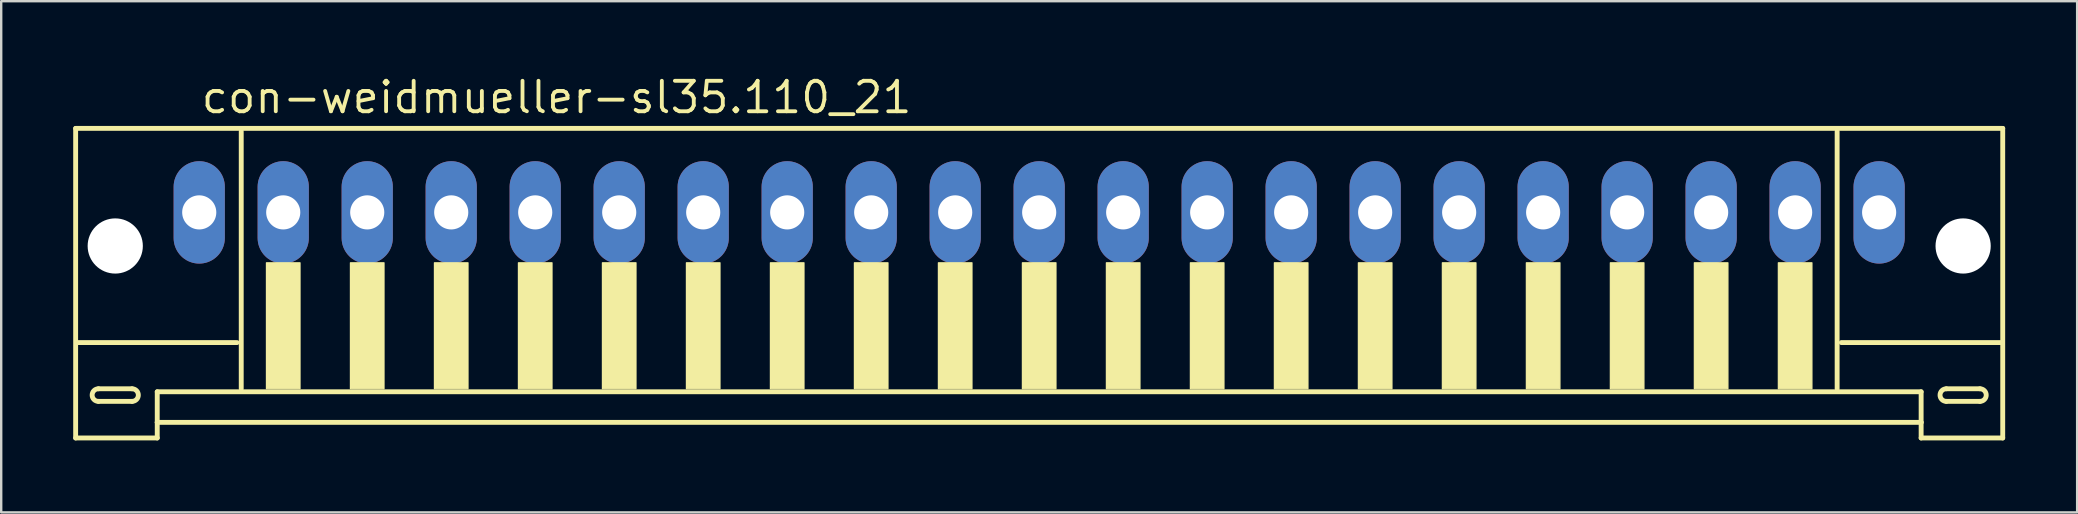
<source format=kicad_pcb>
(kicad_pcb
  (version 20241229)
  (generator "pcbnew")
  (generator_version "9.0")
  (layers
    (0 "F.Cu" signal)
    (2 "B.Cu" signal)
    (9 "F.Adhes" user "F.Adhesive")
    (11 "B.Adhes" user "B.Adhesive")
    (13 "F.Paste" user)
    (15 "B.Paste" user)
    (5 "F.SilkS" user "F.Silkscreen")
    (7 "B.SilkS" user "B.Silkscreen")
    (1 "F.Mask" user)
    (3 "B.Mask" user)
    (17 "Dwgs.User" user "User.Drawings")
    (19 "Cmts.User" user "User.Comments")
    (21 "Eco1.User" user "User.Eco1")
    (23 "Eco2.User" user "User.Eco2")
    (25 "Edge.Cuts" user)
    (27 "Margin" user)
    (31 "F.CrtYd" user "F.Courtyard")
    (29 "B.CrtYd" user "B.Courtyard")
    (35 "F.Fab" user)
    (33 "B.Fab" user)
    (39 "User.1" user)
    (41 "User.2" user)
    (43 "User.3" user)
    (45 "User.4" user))
  (footprint "con-weidmueller-sl35.110_21"
    (layer "F.Cu")
    (at 40.252 7.55)
    (property "Reference" "con-weidmueller-sl35.110_21" (at -35 -5.8 0) (layer "F.SilkS") (effects (font (size 1.27 1.27) (thickness 0.16)) (justify left bottom)))
    (attr through_hole)
    (fp_line (start -40.15 -5.25) (end -40.15 7.65) (stroke (width 0.203) (type default)) (layer "F.SilkS"))
    (fp_line (start -40.15 7.65) (end -36.75 7.65) (stroke (width 0.203) (type default)) (layer "F.SilkS"))
    (fp_line (start -39.2 5.6) (end -37.8 5.6) (stroke (width 0.203) (type default)) (layer "F.SilkS"))
    (fp_line (start -37.8 6.125) (end -39.2 6.125) (stroke (width 0.203) (type default)) (layer "F.SilkS"))
    (fp_line (start -36.75 5.725) (end 36.75 5.725) (stroke (width 0.203) (type default)) (layer "F.SilkS"))
    (fp_line (start -36.75 7) (end -36.75 5.725) (stroke (width 0.203) (type default)) (layer "F.SilkS"))
    (fp_line (start -36.75 7) (end 36.75 7) (stroke (width 0.203) (type default)) (layer "F.SilkS"))
    (fp_line (start -36.75 7.65) (end -36.75 7) (stroke (width 0.203) (type default)) (layer "F.SilkS"))
    (fp_line (start -33.425 3.675) (end -40.075 3.675) (stroke (width 0.203) (type default)) (layer "F.SilkS"))
    (fp_line (start -33.25 -5.125) (end -33.25 5.6) (stroke (width 0.203) (type default)) (layer "F.SilkS"))
    (fp_line (start 33.25 5.6) (end 33.25 -5.125) (stroke (width 0.203) (type default)) (layer "F.SilkS"))
    (fp_line (start 36.75 5.725) (end 36.75 7) (stroke (width 0.203) (type default)) (layer "F.SilkS"))
    (fp_line (start 36.75 7) (end 36.75 7.65) (stroke (width 0.203) (type default)) (layer "F.SilkS"))
    (fp_line (start 36.75 7.65) (end 40.15 7.65) (stroke (width 0.203) (type default)) (layer "F.SilkS"))
    (fp_line (start 37.8 5.6) (end 39.2 5.6) (stroke (width 0.203) (type default)) (layer "F.SilkS"))
    (fp_line (start 39.2 6.125) (end 37.8 6.125) (stroke (width 0.203) (type default)) (layer "F.SilkS"))
    (fp_line (start 40.075 3.675) (end 33.425 3.675) (stroke (width 0.203) (type default)) (layer "F.SilkS"))
    (fp_line (start 40.15 -5.25) (end -40.15 -5.25) (stroke (width 0.203) (type default)) (layer "F.SilkS"))
    (fp_line (start 40.15 7.65) (end 40.15 -5.25) (stroke (width 0.203) (type default)) (layer "F.SilkS"))
    (fp_rect (start -32.2 5.6) (end -30.8 0.35) (stroke (width 0.05) (type default)) (fill yes) (layer "F.SilkS"))
    (fp_rect (start -28.7 5.6) (end -27.3 0.35) (stroke (width 0.05) (type default)) (fill yes) (layer "F.SilkS"))
    (fp_rect (start -25.2 5.6) (end -23.8 0.35) (stroke (width 0.05) (type default)) (fill yes) (layer "F.SilkS"))
    (fp_rect (start -21.7 5.6) (end -20.3 0.35) (stroke (width 0.05) (type default)) (fill yes) (layer "F.SilkS"))
    (fp_rect (start -18.2 5.6) (end -16.8 0.35) (stroke (width 0.05) (type default)) (fill yes) (layer "F.SilkS"))
    (fp_rect (start -14.7 5.6) (end -13.3 0.35) (stroke (width 0.05) (type default)) (fill yes) (layer "F.SilkS"))
    (fp_rect (start -11.2 5.6) (end -9.8 0.35) (stroke (width 0.05) (type default)) (fill yes) (layer "F.SilkS"))
    (fp_rect (start -7.7 5.6) (end -6.3 0.35) (stroke (width 0.05) (type default)) (fill yes) (layer "F.SilkS"))
    (fp_rect (start -4.2 5.6) (end -2.8 0.35) (stroke (width 0.05) (type default)) (fill yes) (layer "F.SilkS"))
    (fp_rect (start -0.7 5.6) (end 0.7 0.35) (stroke (width 0.05) (type default)) (fill yes) (layer "F.SilkS"))
    (fp_rect (start 2.8 5.6) (end 4.2 0.35) (stroke (width 0.05) (type default)) (fill yes) (layer "F.SilkS"))
    (fp_rect (start 6.3 5.6) (end 7.7 0.35) (stroke (width 0.05) (type default)) (fill yes) (layer "F.SilkS"))
    (fp_rect (start 9.8 5.6) (end 11.2 0.35) (stroke (width 0.05) (type default)) (fill yes) (layer "F.SilkS"))
    (fp_rect (start 13.3 5.6) (end 14.7 0.35) (stroke (width 0.05) (type default)) (fill yes) (layer "F.SilkS"))
    (fp_rect (start 16.8 5.6) (end 18.2 0.35) (stroke (width 0.05) (type default)) (fill yes) (layer "F.SilkS"))
    (fp_rect (start 20.3 5.6) (end 21.7 0.35) (stroke (width 0.05) (type default)) (fill yes) (layer "F.SilkS"))
    (fp_rect (start 23.8 5.6) (end 25.2 0.35) (stroke (width 0.05) (type default)) (fill yes) (layer "F.SilkS"))
    (fp_rect (start 27.3 5.6) (end 28.7 0.35) (stroke (width 0.05) (type default)) (fill yes) (layer "F.SilkS"))
    (fp_rect (start 30.8 5.6) (end 32.2 0.35) (stroke (width 0.05) (type default)) (fill yes) (layer "F.SilkS"))
    (fp_arc (start -39.2 6.125) (mid -39.4625 5.8625) (end -39.2 5.6) (stroke (width 0.2032) (type default)) (layer "F.SilkS"))
    (fp_arc (start -37.8 5.6) (mid -37.5375 5.8625) (end -37.8 6.125) (stroke (width 0.2032) (type default)) (layer "F.SilkS"))
    (fp_arc (start 37.8 6.125) (mid 37.5375 5.8625) (end 37.8 5.6) (stroke (width 0.2032) (type default)) (layer "F.SilkS"))
    (fp_arc (start 39.2 5.6) (mid 39.4625 5.8625) (end 39.2 6.125) (stroke (width 0.2032) (type default)) (layer "F.SilkS"))
    (pad "" np_thru_hole circle (at -38.5 -0.35) (size 2.3 2.3) (drill 2.3) (layers "*.Cu" "*.Mask"))
    (pad "" np_thru_hole circle (at 38.5 -0.35) (size 2.3 2.3) (drill 2.3) (layers "*.Cu" "*.Mask"))
    (pad "1" thru_hole oval (at -35 -1.75 90) (size 4.267 2.134) (drill 1.422) (layers "*.Cu" "*.Mask"))
    (pad "2" thru_hole oval (at -31.5 -1.75 90) (size 4.267 2.134) (drill 1.422) (layers "*.Cu" "*.Mask"))
    (pad "3" thru_hole oval (at -28 -1.75 90) (size 4.267 2.134) (drill 1.422) (layers "*.Cu" "*.Mask"))
    (pad "4" thru_hole oval (at -24.5 -1.75 90) (size 4.267 2.134) (drill 1.422) (layers "*.Cu" "*.Mask"))
    (pad "5" thru_hole oval (at -21 -1.75 90) (size 4.267 2.134) (drill 1.422) (layers "*.Cu" "*.Mask"))
    (pad "6" thru_hole oval (at -17.5 -1.75 90) (size 4.267 2.134) (drill 1.422) (layers "*.Cu" "*.Mask"))
    (pad "7" thru_hole oval (at -14 -1.75 90) (size 4.267 2.134) (drill 1.422) (layers "*.Cu" "*.Mask"))
    (pad "8" thru_hole oval (at -10.5 -1.75 90) (size 4.267 2.134) (drill 1.422) (layers "*.Cu" "*.Mask"))
    (pad "9" thru_hole oval (at -7 -1.75 90) (size 4.267 2.134) (drill 1.422) (layers "*.Cu" "*.Mask"))
    (pad "10" thru_hole oval (at -3.5 -1.75 90) (size 4.267 2.134) (drill 1.422) (layers "*.Cu" "*.Mask"))
    (pad "11" thru_hole oval (at 0 -1.75 90) (size 4.267 2.134) (drill 1.422) (layers "*.Cu" "*.Mask"))
    (pad "12" thru_hole oval (at 3.5 -1.75 90) (size 4.267 2.134) (drill 1.422) (layers "*.Cu" "*.Mask"))
    (pad "13" thru_hole oval (at 7 -1.75 90) (size 4.267 2.134) (drill 1.422) (layers "*.Cu" "*.Mask"))
    (pad "14" thru_hole oval (at 10.5 -1.75 90) (size 4.267 2.134) (drill 1.422) (layers "*.Cu" "*.Mask"))
    (pad "15" thru_hole oval (at 14 -1.75 90) (size 4.267 2.134) (drill 1.422) (layers "*.Cu" "*.Mask"))
    (pad "16" thru_hole oval (at 17.5 -1.75 90) (size 4.267 2.134) (drill 1.422) (layers "*.Cu" "*.Mask"))
    (pad "17" thru_hole oval (at 21 -1.75 90) (size 4.267 2.134) (drill 1.422) (layers "*.Cu" "*.Mask"))
    (pad "18" thru_hole oval (at 24.5 -1.75 90) (size 4.267 2.134) (drill 1.422) (layers "*.Cu" "*.Mask"))
    (pad "19" thru_hole oval (at 28 -1.75 90) (size 4.267 2.134) (drill 1.422) (layers "*.Cu" "*.Mask"))
    (pad "20" thru_hole oval (at 31.5 -1.75 90) (size 4.267 2.134) (drill 1.422) (layers "*.Cu" "*.Mask"))
    (pad "21" thru_hole oval (at 35 -1.75 90) (size 4.267 2.134) (drill 1.422) (layers "*.Cu" "*.Mask")))
  (gr_rect
    (start -3 -3)
    (end 83.503 18.302)
    (stroke (width 0.1) (type default))
    (fill no)
    (layer "Edge.Cuts")))
</source>
